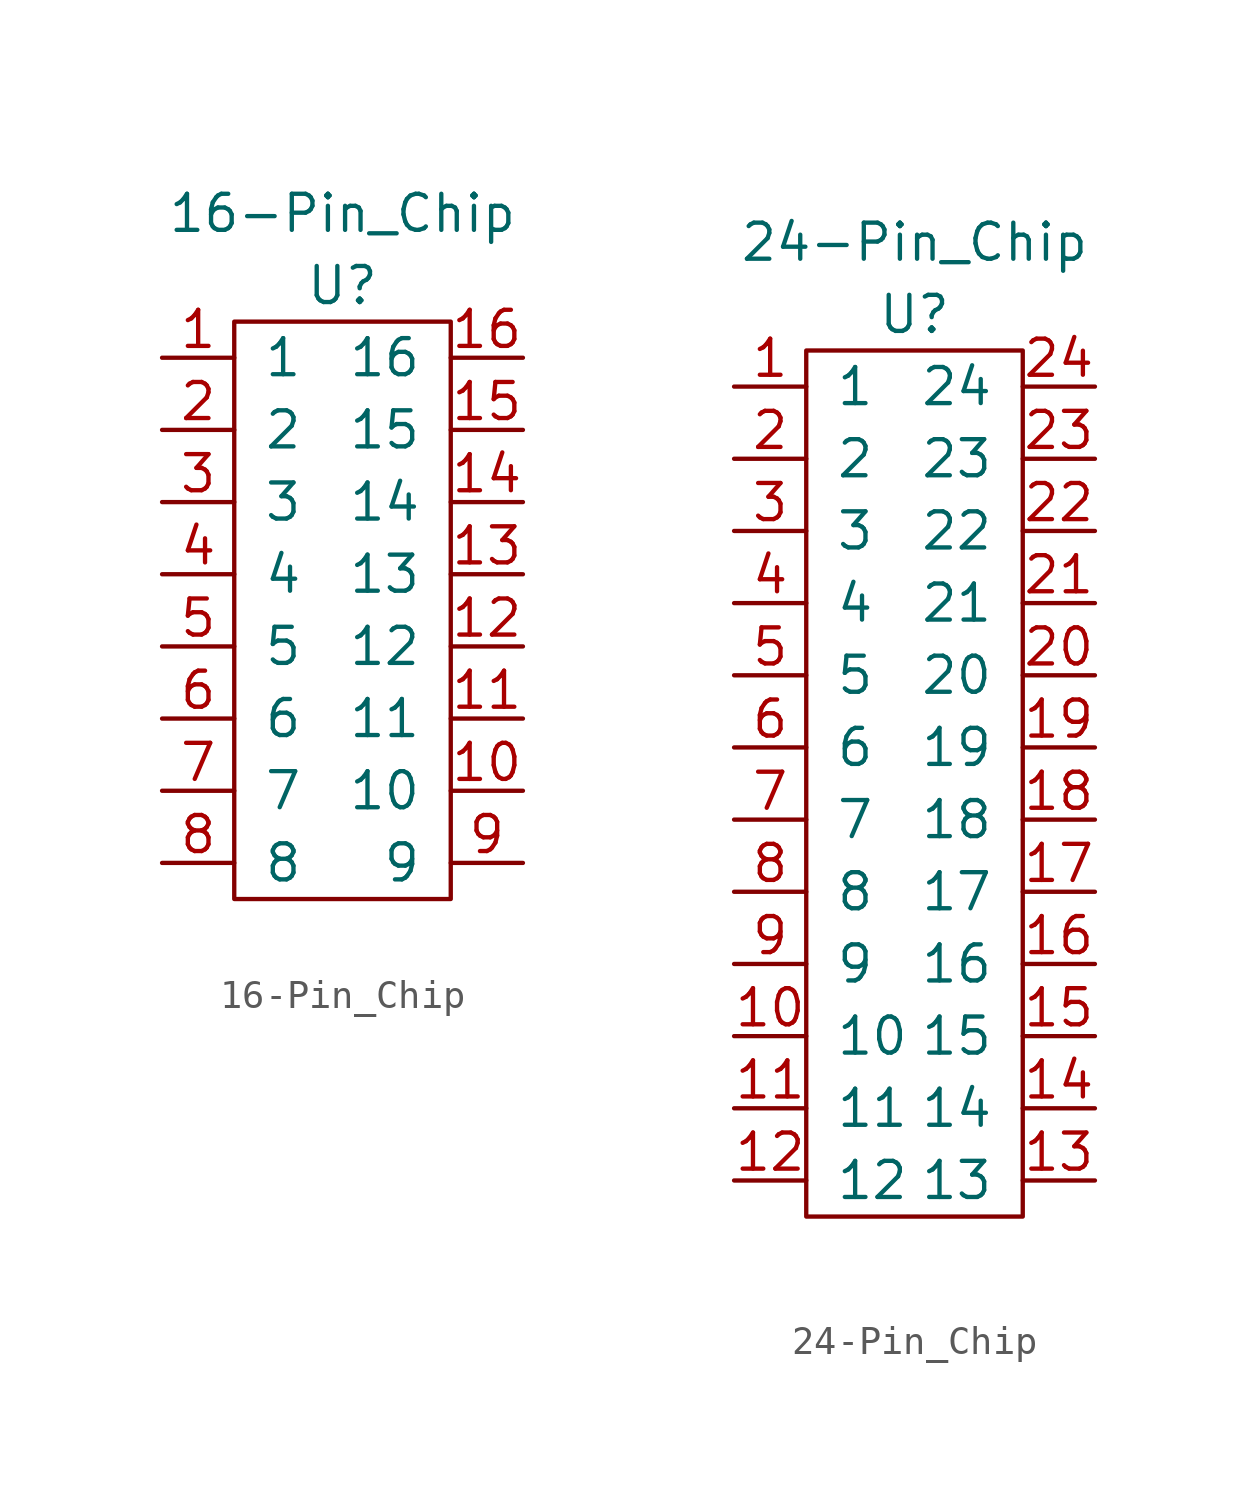
<source format=kicad_sym>
(kicad_symbol_lib
  (version 20211014)
  (generator kicad_symbol_editor)
  (symbol "16-Pin_Chip"
    (pin_names
      (offset 1.016))
    (property "Reference" "U"
      (at 0 11.43 0)
      (effects (font (size 1.27 1.27))))
    (property "Value" "16-Pin_Chip"
      (at 0 13.97 0)
      (effects (font (size 1.27 1.27))))
    (symbol "16-Pin_Chip_0_1"
      (rectangle (start -3.81 10.16) (end 3.81 -10.16) (stroke (width 0) (type default) (color 0 0 0 0)) (fill (type none))))
    (symbol "16-Pin_Chip_1_1"
      (pin unspecified line (at -6.35 8.89 0) (length 2.54) (name "1" (effects (font (size 1.27 1.27)))) (number "1" (effects (font (size 1.27 1.27)))))
      (pin unspecified line (at 6.35 -6.35 180) (length 2.54) (name "10" (effects (font (size 1.27 1.27)))) (number "10" (effects (font (size 1.27 1.27)))))
      (pin unspecified line (at 6.35 -3.81 180) (length 2.54) (name "11" (effects (font (size 1.27 1.27)))) (number "11" (effects (font (size 1.27 1.27)))))
      (pin unspecified line (at 6.35 -1.27 180) (length 2.54) (name "12" (effects (font (size 1.27 1.27)))) (number "12" (effects (font (size 1.27 1.27)))))
      (pin unspecified line (at 6.35 1.27 180) (length 2.54) (name "13" (effects (font (size 1.27 1.27)))) (number "13" (effects (font (size 1.27 1.27)))))
      (pin unspecified line (at 6.35 3.81 180) (length 2.54) (name "14" (effects (font (size 1.27 1.27)))) (number "14" (effects (font (size 1.27 1.27)))))
      (pin unspecified line (at 6.35 6.35 180) (length 2.54) (name "15" (effects (font (size 1.27 1.27)))) (number "15" (effects (font (size 1.27 1.27)))))
      (pin unspecified line (at 6.35 8.89 180) (length 2.54) (name "16" (effects (font (size 1.27 1.27)))) (number "16" (effects (font (size 1.27 1.27)))))
      (pin unspecified line (at -6.35 6.35 0) (length 2.54) (name "2" (effects (font (size 1.27 1.27)))) (number "2" (effects (font (size 1.27 1.27)))))
      (pin unspecified line (at -6.35 3.81 0) (length 2.54) (name "3" (effects (font (size 1.27 1.27)))) (number "3" (effects (font (size 1.27 1.27)))))
      (pin unspecified line (at -6.35 1.27 0) (length 2.54) (name "4" (effects (font (size 1.27 1.27)))) (number "4" (effects (font (size 1.27 1.27)))))
      (pin unspecified line (at -6.35 -1.27 0) (length 2.54) (name "5" (effects (font (size 1.27 1.27)))) (number "5" (effects (font (size 1.27 1.27)))))
      (pin unspecified line (at -6.35 -3.81 0) (length 2.54) (name "6" (effects (font (size 1.27 1.27)))) (number "6" (effects (font (size 1.27 1.27)))))
      (pin unspecified line (at -6.35 -6.35 0) (length 2.54) (name "7" (effects (font (size 1.27 1.27)))) (number "7" (effects (font (size 1.27 1.27)))))
      (pin unspecified line (at -6.35 -8.89 0) (length 2.54) (name "8" (effects (font (size 1.27 1.27)))) (number "8" (effects (font (size 1.27 1.27)))))
      (pin unspecified line (at 6.35 -8.89 180) (length 2.54) (name "9" (effects (font (size 1.27 1.27)))) (number "9" (effects (font (size 1.27 1.27)))))))
  (symbol "24-Pin_Chip"
    (pin_names
      (offset 1.016))
    (property "Reference" "U"
      (at 0 11.43 0)
      (effects (font (size 1.27 1.27))))
    (property "Value" "24-Pin_Chip"
      (at 0 13.97 0)
      (effects (font (size 1.27 1.27))))
    (symbol "24-Pin_Chip_0_1"
      (rectangle (start -3.81 10.16) (end 3.81 -20.32) (stroke (width 0) (type default) (color 0 0 0 0)) (fill (type none))))
    (symbol "24-Pin_Chip_1_1"
      (pin unspecified line (at -6.35 8.89 0) (length 2.54) (name "1" (effects (font (size 1.27 1.27)))) (number "1" (effects (font (size 1.27 1.27)))))
      (pin unspecified line (at -6.35 -13.97 0) (length 2.54) (name "10" (effects (font (size 1.27 1.27)))) (number "10" (effects (font (size 1.27 1.27)))))
      (pin unspecified line (at -6.35 -16.51 0) (length 2.54) (name "11" (effects (font (size 1.27 1.27)))) (number "11" (effects (font (size 1.27 1.27)))))
      (pin unspecified line (at -6.35 -19.05 0) (length 2.54) (name "12" (effects (font (size 1.27 1.27)))) (number "12" (effects (font (size 1.27 1.27)))))
      (pin unspecified line (at 6.35 -19.05 180) (length 2.54) (name "13" (effects (font (size 1.27 1.27)))) (number "13" (effects (font (size 1.27 1.27)))))
      (pin unspecified line (at 6.35 -16.51 180) (length 2.54) (name "14" (effects (font (size 1.27 1.27)))) (number "14" (effects (font (size 1.27 1.27)))))
      (pin unspecified line (at 6.35 -13.97 180) (length 2.54) (name "15" (effects (font (size 1.27 1.27)))) (number "15" (effects (font (size 1.27 1.27)))))
      (pin unspecified line (at 6.35 -11.43 180) (length 2.54) (name "16" (effects (font (size 1.27 1.27)))) (number "16" (effects (font (size 1.27 1.27)))))
      (pin unspecified line (at 6.35 -8.89 180) (length 2.54) (name "17" (effects (font (size 1.27 1.27)))) (number "17" (effects (font (size 1.27 1.27)))))
      (pin unspecified line (at 6.35 -6.35 180) (length 2.54) (name "18" (effects (font (size 1.27 1.27)))) (number "18" (effects (font (size 1.27 1.27)))))
      (pin unspecified line (at 6.35 -3.81 180) (length 2.54) (name "19" (effects (font (size 1.27 1.27)))) (number "19" (effects (font (size 1.27 1.27)))))
      (pin unspecified line (at -6.35 6.35 0) (length 2.54) (name "2" (effects (font (size 1.27 1.27)))) (number "2" (effects (font (size 1.27 1.27)))))
      (pin unspecified line (at 6.35 -1.27 180) (length 2.54) (name "20" (effects (font (size 1.27 1.27)))) (number "20" (effects (font (size 1.27 1.27)))))
      (pin unspecified line (at 6.35 1.27 180) (length 2.54) (name "21" (effects (font (size 1.27 1.27)))) (number "21" (effects (font (size 1.27 1.27)))))
      (pin unspecified line (at 6.35 3.81 180) (length 2.54) (name "22" (effects (font (size 1.27 1.27)))) (number "22" (effects (font (size 1.27 1.27)))))
      (pin unspecified line (at 6.35 6.35 180) (length 2.54) (name "23" (effects (font (size 1.27 1.27)))) (number "23" (effects (font (size 1.27 1.27)))))
      (pin unspecified line (at 6.35 8.89 180) (length 2.54) (name "24" (effects (font (size 1.27 1.27)))) (number "24" (effects (font (size 1.27 1.27)))))
      (pin unspecified line (at -6.35 3.81 0) (length 2.54) (name "3" (effects (font (size 1.27 1.27)))) (number "3" (effects (font (size 1.27 1.27)))))
      (pin unspecified line (at -6.35 1.27 0) (length 2.54) (name "4" (effects (font (size 1.27 1.27)))) (number "4" (effects (font (size 1.27 1.27)))))
      (pin unspecified line (at -6.35 -1.27 0) (length 2.54) (name "5" (effects (font (size 1.27 1.27)))) (number "5" (effects (font (size 1.27 1.27)))))
      (pin unspecified line (at -6.35 -3.81 0) (length 2.54) (name "6" (effects (font (size 1.27 1.27)))) (number "6" (effects (font (size 1.27 1.27)))))
      (pin unspecified line (at -6.35 -6.35 0) (length 2.54) (name "7" (effects (font (size 1.27 1.27)))) (number "7" (effects (font (size 1.27 1.27)))))
      (pin unspecified line (at -6.35 -8.89 0) (length 2.54) (name "8" (effects (font (size 1.27 1.27)))) (number "8" (effects (font (size 1.27 1.27)))))
      (pin unspecified line (at -6.35 -11.43 0) (length 2.54) (name "9" (effects (font (size 1.27 1.27)))) (number "9" (effects (font (size 1.27 1.27))))))))
</source>
